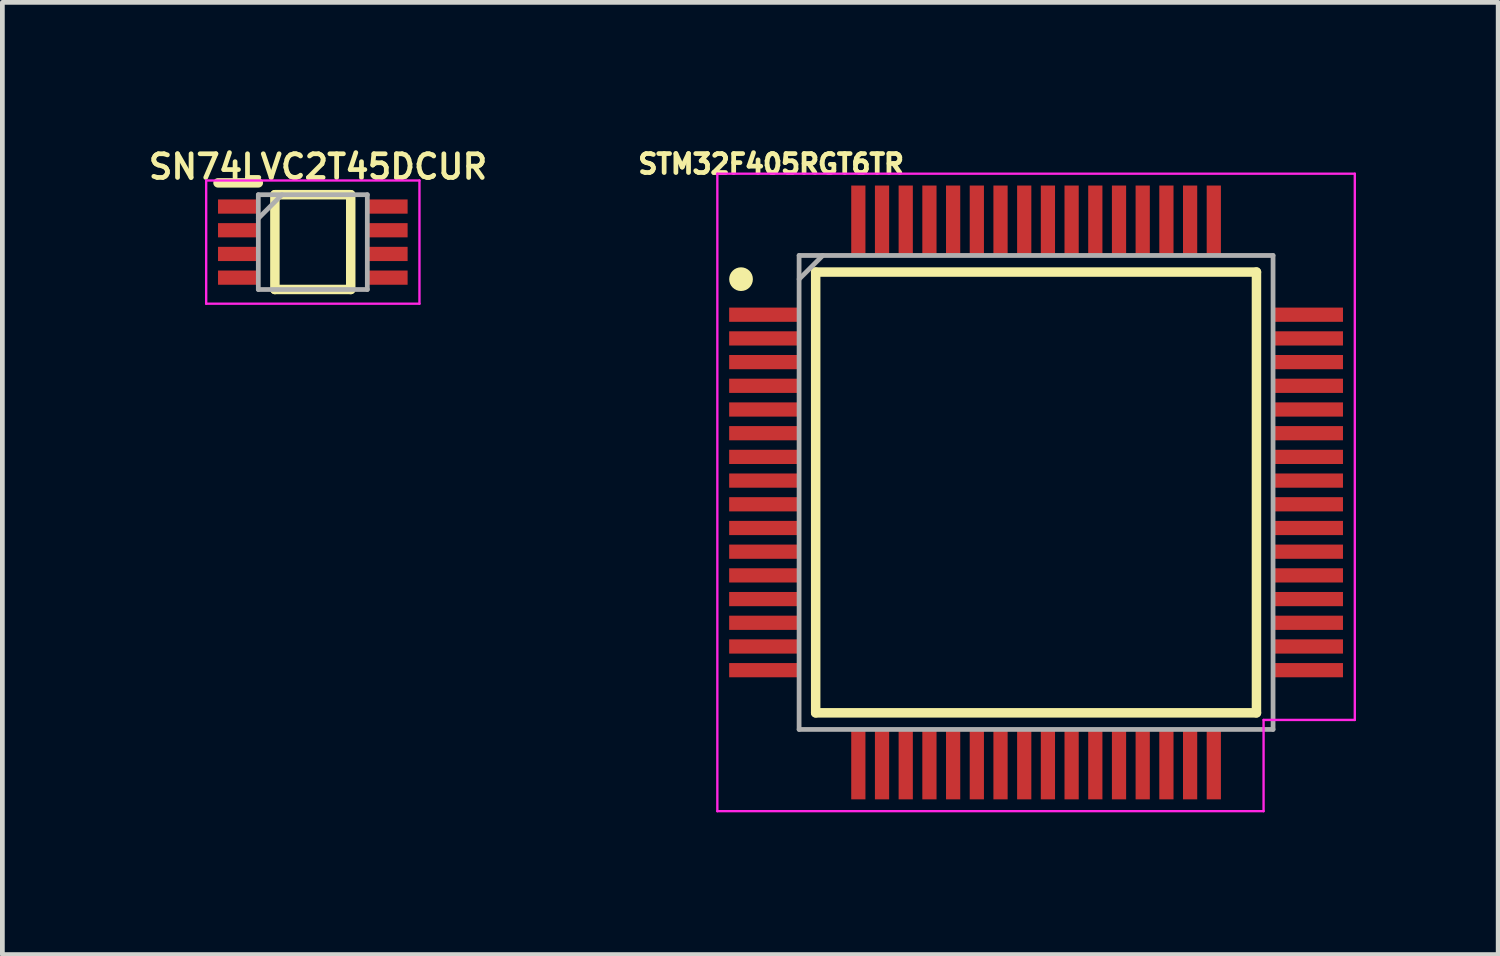
<source format=kicad_pcb>
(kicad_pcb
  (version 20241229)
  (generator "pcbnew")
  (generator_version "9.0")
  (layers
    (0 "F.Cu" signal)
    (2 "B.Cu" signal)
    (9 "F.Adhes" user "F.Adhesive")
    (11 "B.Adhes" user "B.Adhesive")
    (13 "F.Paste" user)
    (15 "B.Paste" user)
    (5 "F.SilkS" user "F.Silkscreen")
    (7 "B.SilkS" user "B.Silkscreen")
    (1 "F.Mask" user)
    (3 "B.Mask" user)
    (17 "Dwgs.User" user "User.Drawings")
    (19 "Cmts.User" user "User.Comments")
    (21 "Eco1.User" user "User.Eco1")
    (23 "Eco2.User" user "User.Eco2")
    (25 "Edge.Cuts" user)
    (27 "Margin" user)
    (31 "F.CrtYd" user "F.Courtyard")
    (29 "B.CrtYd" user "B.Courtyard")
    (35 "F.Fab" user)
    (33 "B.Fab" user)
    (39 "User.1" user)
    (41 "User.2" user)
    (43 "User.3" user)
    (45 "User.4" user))
  (footprint "SN74LVC2T45DCUR"
    (layer "F.Cu")
    (at 3.55 2.058)
    (property "Reference" "SN74LVC2T45DCUR" (at 0.11 -1.59 0) (layer "F.SilkS") (effects (font (size 0.5 0.5) (thickness 0.1))))
    (attr smd)
    (fp_line (start -2 -1.25) (end -1.15 -1.25) (stroke (width 0.2) (type solid)) (layer "F.SilkS"))
    (fp_line (start -0.8 -1) (end 0.8 -1) (stroke (width 0.2) (type solid)) (layer "F.SilkS"))
    (fp_line (start -0.8 1) (end -0.8 -1) (stroke (width 0.2) (type solid)) (layer "F.SilkS"))
    (fp_line (start 0.8 -1) (end 0.8 1) (stroke (width 0.2) (type solid)) (layer "F.SilkS"))
    (fp_line (start 0.8 1) (end -0.8 1) (stroke (width 0.2) (type solid)) (layer "F.SilkS"))
    (fp_line (start -2.25 -1.3) (end 2.25 -1.3) (stroke (width 0.05) (type solid)) (layer "F.CrtYd"))
    (fp_line (start -2.25 1.3) (end -2.25 -1.3) (stroke (width 0.05) (type solid)) (layer "F.CrtYd"))
    (fp_line (start 2.25 -1.3) (end 2.25 1.3) (stroke (width 0.05) (type solid)) (layer "F.CrtYd"))
    (fp_line (start 2.25 1.3) (end -2.25 1.3) (stroke (width 0.05) (type solid)) (layer "F.CrtYd"))
    (fp_line (start -1.15 -1) (end 1.15 -1) (stroke (width 0.1) (type solid)) (layer "F.Fab"))
    (fp_line (start -1.15 -0.5) (end -0.65 -1) (stroke (width 0.1) (type solid)) (layer "F.Fab"))
    (fp_line (start -1.15 1) (end -1.15 -1) (stroke (width 0.1) (type solid)) (layer "F.Fab"))
    (fp_line (start 1.15 -1) (end 1.15 1) (stroke (width 0.1) (type solid)) (layer "F.Fab"))
    (fp_line (start 1.15 1) (end -1.15 1) (stroke (width 0.1) (type solid)) (layer "F.Fab"))
    (pad "1" smd rect (at -1.575 -0.75 90) (size 0.3 0.85) (layers "F.Cu" "F.Mask" "F.Paste"))
    (pad "2" smd rect (at -1.575 -0.25 90) (size 0.3 0.85) (layers "F.Cu" "F.Mask" "F.Paste"))
    (pad "3" smd rect (at -1.575 0.25 90) (size 0.3 0.85) (layers "F.Cu" "F.Mask" "F.Paste"))
    (pad "4" smd rect (at -1.575 0.75 90) (size 0.3 0.85) (layers "F.Cu" "F.Mask" "F.Paste"))
    (pad "5" smd rect (at 1.575 0.75 90) (size 0.3 0.85) (layers "F.Cu" "F.Mask" "F.Paste"))
    (pad "6" smd rect (at 1.575 0.25 90) (size 0.3 0.85) (layers "F.Cu" "F.Mask" "F.Paste"))
    (pad "7" smd rect (at 1.575 -0.25 90) (size 0.3 0.85) (layers "F.Cu" "F.Mask" "F.Paste"))
    (pad "8" smd rect (at 1.575 -0.75 90) (size 0.3 0.85) (layers "F.Cu" "F.Mask" "F.Paste")))
  (footprint "STM32F405RGT6TR"
    (layer "F.Cu")
    (at 18.81 7.34)
    (property "Reference" "STM32F405RGT6TR" (at -5.59 -6.93 0) (layer "F.SilkS") (effects (font (size 0.4 0.4) (thickness 0.1))))
    (attr smd)
    (fp_line (start -4.65 -4.65) (end 4.65 -4.65) (stroke (width 0.2) (type solid)) (layer "F.SilkS"))
    (fp_line (start -4.65 4.65) (end -4.65 -4.65) (stroke (width 0.2) (type solid)) (layer "F.SilkS"))
    (fp_line (start 4.65 -4.65) (end 4.65 4.65) (stroke (width 0.2) (type solid)) (layer "F.SilkS"))
    (fp_line (start 4.65 4.65) (end -4.65 4.65) (stroke (width 0.2) (type solid)) (layer "F.SilkS"))
    (fp_circle (center -6.225 -4.5) (end -6.225 -4.375) (stroke (width 0.25) (type solid)) (fill no) (layer "F.SilkS"))
    (fp_line (start -6.725 -6.725) (end 6.725 -6.725) (stroke (width 0.05) (type solid)) (layer "F.CrtYd"))
    (fp_line (start -6.725 6.725) (end -6.725 -6.725) (stroke (width 0.05) (type solid)) (layer "F.CrtYd"))
    (fp_line (start 4.8 4.8) (end 6.725 4.8) (stroke (width 0.05) (type solid)) (layer "F.CrtYd"))
    (fp_line (start 4.8 6.725) (end -6.725 6.725) (stroke (width 0.05) (type solid)) (layer "F.CrtYd"))
    (fp_line (start 4.8 6.725) (end 4.8 4.8) (stroke (width 0.05) (type solid)) (layer "F.CrtYd"))
    (fp_line (start 6.725 -6.725) (end 6.725 4.8) (stroke (width 0.05) (type solid)) (layer "F.CrtYd"))
    (fp_line (start -5 -5) (end 5 -5) (stroke (width 0.1) (type solid)) (layer "F.Fab"))
    (fp_line (start -5 -4.5) (end -4.5 -5) (stroke (width 0.1) (type solid)) (layer "F.Fab"))
    (fp_line (start -5 5) (end -5 -5) (stroke (width 0.1) (type solid)) (layer "F.Fab"))
    (fp_line (start 5 -5) (end 5 5) (stroke (width 0.1) (type solid)) (layer "F.Fab"))
    (fp_line (start 5 5) (end -5 5) (stroke (width 0.1) (type solid)) (layer "F.Fab"))
    (pad "1" smd rect (at -5.738 -3.75 90) (size 0.3 1.475) (layers "F.Cu" "F.Mask" "F.Paste"))
    (pad "2" smd rect (at -5.738 -3.25 90) (size 0.3 1.475) (layers "F.Cu" "F.Mask" "F.Paste"))
    (pad "3" smd rect (at -5.738 -2.75 90) (size 0.3 1.475) (layers "F.Cu" "F.Mask" "F.Paste"))
    (pad "4" smd rect (at -5.738 -2.25 90) (size 0.3 1.475) (layers "F.Cu" "F.Mask" "F.Paste"))
    (pad "5" smd rect (at -5.738 -1.75 90) (size 0.3 1.475) (layers "F.Cu" "F.Mask" "F.Paste"))
    (pad "6" smd rect (at -5.738 -1.25 90) (size 0.3 1.475) (layers "F.Cu" "F.Mask" "F.Paste"))
    (pad "7" smd rect (at -5.738 -0.75 90) (size 0.3 1.475) (layers "F.Cu" "F.Mask" "F.Paste"))
    (pad "8" smd rect (at -5.738 -0.25 90) (size 0.3 1.475) (layers "F.Cu" "F.Mask" "F.Paste"))
    (pad "9" smd rect (at -5.738 0.25 90) (size 0.3 1.475) (layers "F.Cu" "F.Mask" "F.Paste"))
    (pad "10" smd rect (at -5.738 0.75 90) (size 0.3 1.475) (layers "F.Cu" "F.Mask" "F.Paste"))
    (pad "11" smd rect (at -5.738 1.25 90) (size 0.3 1.475) (layers "F.Cu" "F.Mask" "F.Paste"))
    (pad "12" smd rect (at -5.738 1.75 90) (size 0.3 1.475) (layers "F.Cu" "F.Mask" "F.Paste"))
    (pad "13" smd rect (at -5.738 2.25 90) (size 0.3 1.475) (layers "F.Cu" "F.Mask" "F.Paste"))
    (pad "14" smd rect (at -5.738 2.75 90) (size 0.3 1.475) (layers "F.Cu" "F.Mask" "F.Paste"))
    (pad "15" smd rect (at -5.738 3.25 90) (size 0.3 1.475) (layers "F.Cu" "F.Mask" "F.Paste"))
    (pad "16" smd rect (at -5.738 3.75 90) (size 0.3 1.475) (layers "F.Cu" "F.Mask" "F.Paste"))
    (pad "17" smd rect (at -3.75 5.738) (size 0.3 1.475) (layers "F.Cu" "F.Mask" "F.Paste"))
    (pad "18" smd rect (at -3.25 5.738) (size 0.3 1.475) (layers "F.Cu" "F.Mask" "F.Paste"))
    (pad "19" smd rect (at -2.75 5.738) (size 0.3 1.475) (layers "F.Cu" "F.Mask" "F.Paste"))
    (pad "20" smd rect (at -2.25 5.738) (size 0.3 1.475) (layers "F.Cu" "F.Mask" "F.Paste"))
    (pad "21" smd rect (at -1.75 5.738) (size 0.3 1.475) (layers "F.Cu" "F.Mask" "F.Paste"))
    (pad "22" smd rect (at -1.25 5.738) (size 0.3 1.475) (layers "F.Cu" "F.Mask" "F.Paste"))
    (pad "23" smd rect (at -0.75 5.738) (size 0.3 1.475) (layers "F.Cu" "F.Mask" "F.Paste"))
    (pad "24" smd rect (at -0.25 5.738) (size 0.3 1.475) (layers "F.Cu" "F.Mask" "F.Paste"))
    (pad "25" smd rect (at 0.25 5.738) (size 0.3 1.475) (layers "F.Cu" "F.Mask" "F.Paste"))
    (pad "26" smd rect (at 0.75 5.738) (size 0.3 1.475) (layers "F.Cu" "F.Mask" "F.Paste"))
    (pad "27" smd rect (at 1.25 5.738) (size 0.3 1.475) (layers "F.Cu" "F.Mask" "F.Paste"))
    (pad "28" smd rect (at 1.75 5.738) (size 0.3 1.475) (layers "F.Cu" "F.Mask" "F.Paste"))
    (pad "29" smd rect (at 2.25 5.738) (size 0.3 1.475) (layers "F.Cu" "F.Mask" "F.Paste"))
    (pad "30" smd rect (at 2.75 5.738) (size 0.3 1.475) (layers "F.Cu" "F.Mask" "F.Paste"))
    (pad "31" smd rect (at 3.25 5.738) (size 0.3 1.475) (layers "F.Cu" "F.Mask" "F.Paste"))
    (pad "32" smd rect (at 3.75 5.738) (size 0.3 1.475) (layers "F.Cu" "F.Mask" "F.Paste"))
    (pad "33" smd rect (at 5.738 3.75 90) (size 0.3 1.475) (layers "F.Cu" "F.Mask" "F.Paste"))
    (pad "34" smd rect (at 5.738 3.25 90) (size 0.3 1.475) (layers "F.Cu" "F.Mask" "F.Paste"))
    (pad "35" smd rect (at 5.738 2.75 90) (size 0.3 1.475) (layers "F.Cu" "F.Mask" "F.Paste"))
    (pad "36" smd rect (at 5.738 2.25 90) (size 0.3 1.475) (layers "F.Cu" "F.Mask" "F.Paste"))
    (pad "37" smd rect (at 5.738 1.75 90) (size 0.3 1.475) (layers "F.Cu" "F.Mask" "F.Paste"))
    (pad "38" smd rect (at 5.738 1.25 90) (size 0.3 1.475) (layers "F.Cu" "F.Mask" "F.Paste"))
    (pad "39" smd rect (at 5.738 0.75 90) (size 0.3 1.475) (layers "F.Cu" "F.Mask" "F.Paste"))
    (pad "40" smd rect (at 5.738 0.25 90) (size 0.3 1.475) (layers "F.Cu" "F.Mask" "F.Paste"))
    (pad "41" smd rect (at 5.738 -0.25 90) (size 0.3 1.475) (layers "F.Cu" "F.Mask" "F.Paste"))
    (pad "42" smd rect (at 5.738 -0.75 90) (size 0.3 1.475) (layers "F.Cu" "F.Mask" "F.Paste"))
    (pad "43" smd rect (at 5.738 -1.25 90) (size 0.3 1.475) (layers "F.Cu" "F.Mask" "F.Paste"))
    (pad "44" smd rect (at 5.738 -1.75 90) (size 0.3 1.475) (layers "F.Cu" "F.Mask" "F.Paste"))
    (pad "45" smd rect (at 5.738 -2.25 90) (size 0.3 1.475) (layers "F.Cu" "F.Mask" "F.Paste"))
    (pad "46" smd rect (at 5.738 -2.75 90) (size 0.3 1.475) (layers "F.Cu" "F.Mask" "F.Paste"))
    (pad "47" smd rect (at 5.738 -3.25 90) (size 0.3 1.475) (layers "F.Cu" "F.Mask" "F.Paste"))
    (pad "48" smd rect (at 5.738 -3.75 90) (size 0.3 1.475) (layers "F.Cu" "F.Mask" "F.Paste"))
    (pad "49" smd rect (at 3.75 -5.738) (size 0.3 1.475) (layers "F.Cu" "F.Mask" "F.Paste"))
    (pad "50" smd rect (at 3.25 -5.738) (size 0.3 1.475) (layers "F.Cu" "F.Mask" "F.Paste"))
    (pad "51" smd rect (at 2.75 -5.738) (size 0.3 1.475) (layers "F.Cu" "F.Mask" "F.Paste"))
    (pad "52" smd rect (at 2.25 -5.738) (size 0.3 1.475) (layers "F.Cu" "F.Mask" "F.Paste"))
    (pad "53" smd rect (at 1.75 -5.738) (size 0.3 1.475) (layers "F.Cu" "F.Mask" "F.Paste"))
    (pad "54" smd rect (at 1.25 -5.738) (size 0.3 1.475) (layers "F.Cu" "F.Mask" "F.Paste"))
    (pad "55" smd rect (at 0.75 -5.738) (size 0.3 1.475) (layers "F.Cu" "F.Mask" "F.Paste"))
    (pad "56" smd rect (at 0.25 -5.738) (size 0.3 1.475) (layers "F.Cu" "F.Mask" "F.Paste"))
    (pad "57" smd rect (at -0.25 -5.738) (size 0.3 1.475) (layers "F.Cu" "F.Mask" "F.Paste"))
    (pad "58" smd rect (at -0.75 -5.738) (size 0.3 1.475) (layers "F.Cu" "F.Mask" "F.Paste"))
    (pad "59" smd rect (at -1.25 -5.738) (size 0.3 1.475) (layers "F.Cu" "F.Mask" "F.Paste"))
    (pad "60" smd rect (at -1.75 -5.738) (size 0.3 1.475) (layers "F.Cu" "F.Mask" "F.Paste"))
    (pad "61" smd rect (at -2.25 -5.738) (size 0.3 1.475) (layers "F.Cu" "F.Mask" "F.Paste"))
    (pad "62" smd rect (at -2.75 -5.738) (size 0.3 1.475) (layers "F.Cu" "F.Mask" "F.Paste"))
    (pad "63" smd rect (at -3.25 -5.738) (size 0.3 1.475) (layers "F.Cu" "F.Mask" "F.Paste"))
    (pad "64" smd rect (at -3.75 -5.738) (size 0.3 1.475) (layers "F.Cu" "F.Mask" "F.Paste")))
  (gr_rect
    (start -3 -3)
    (end 28.56 17.09)
    (stroke (width 0.1) (type default))
    (fill no)
    (layer "Edge.Cuts")))
</source>
